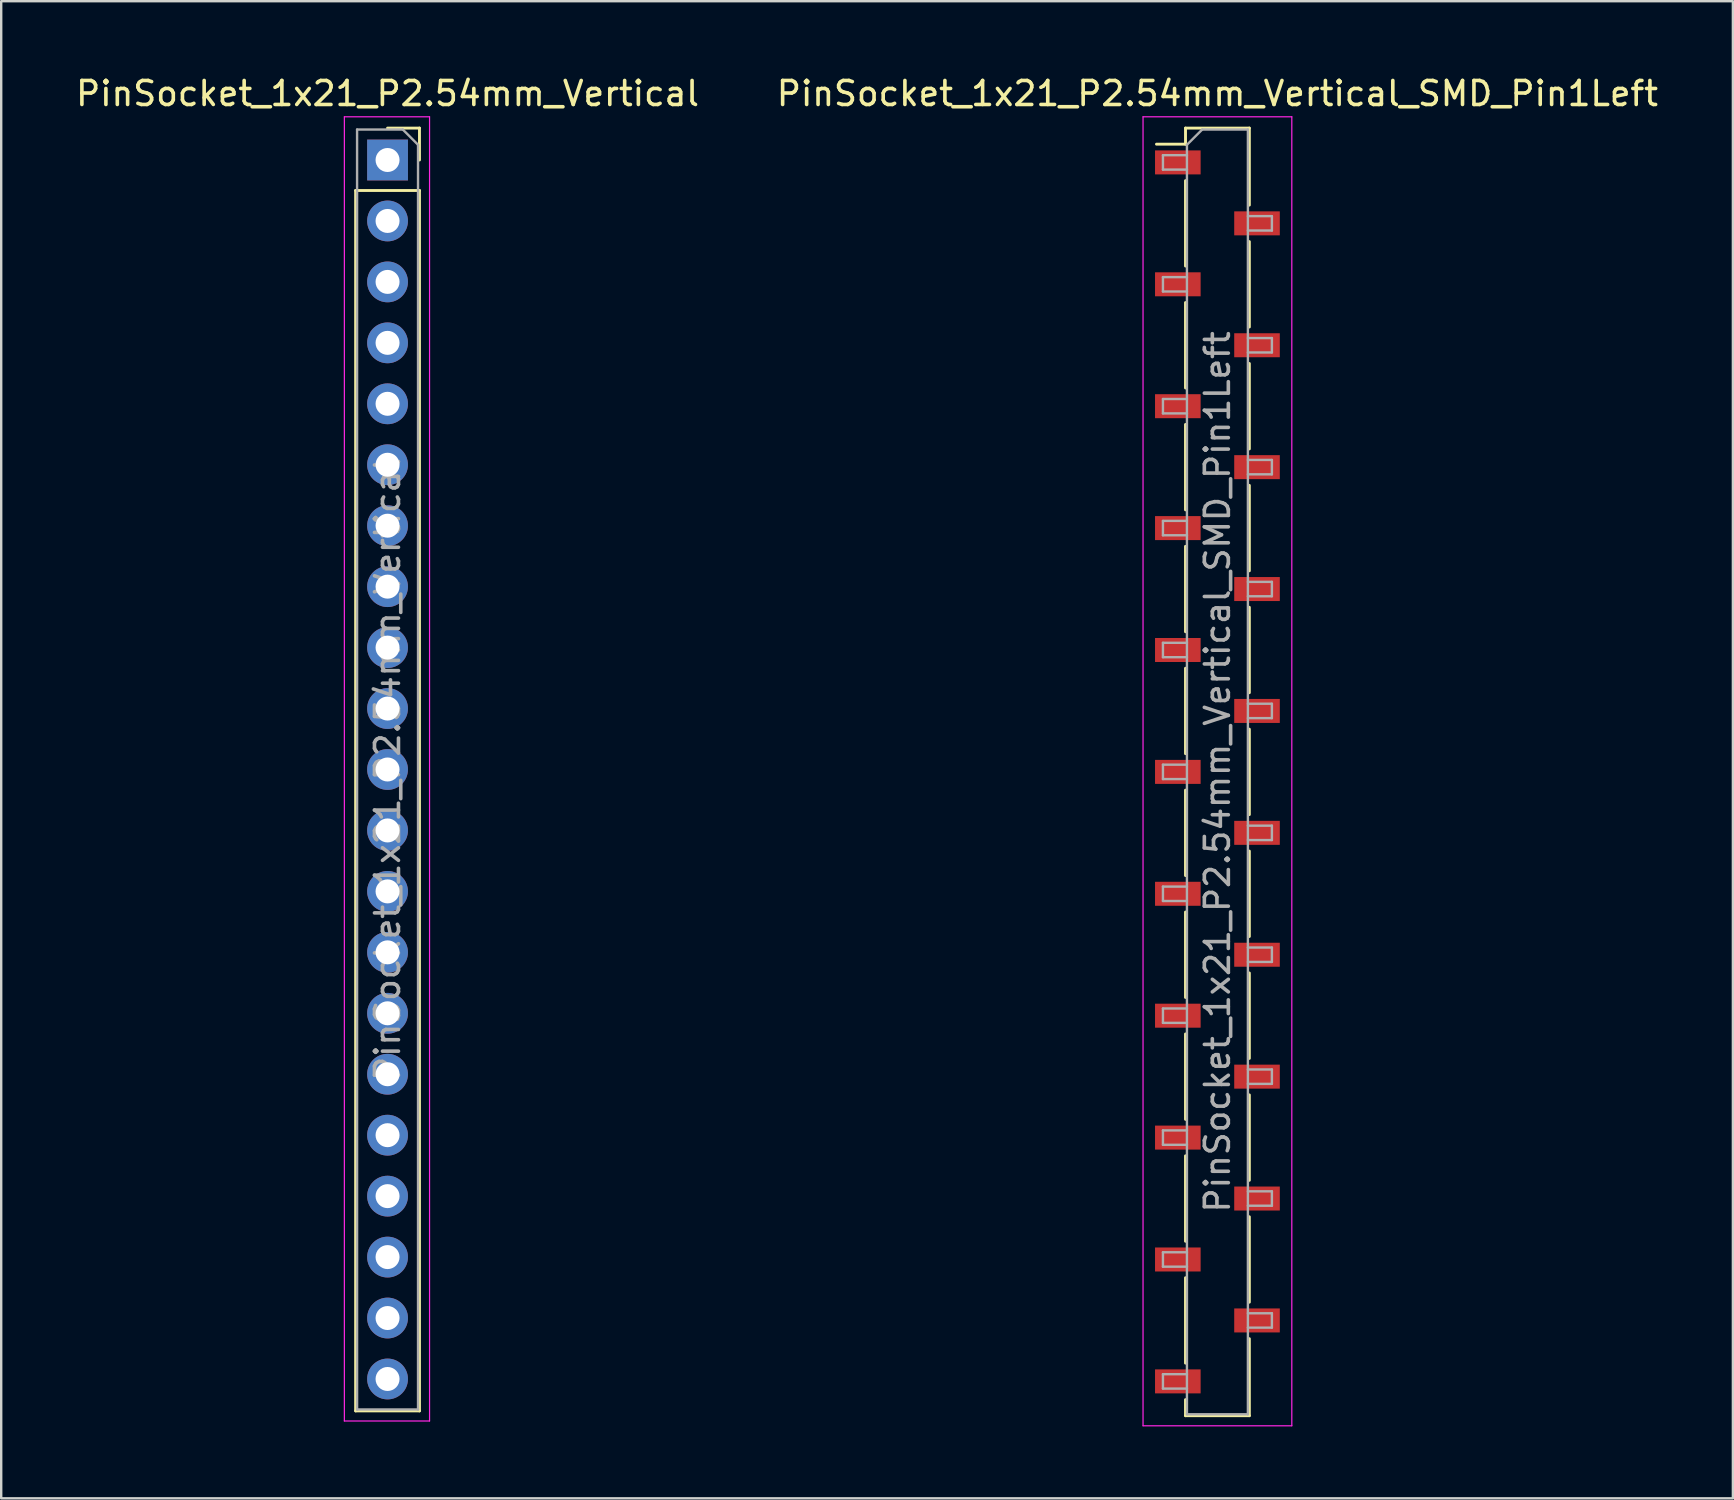
<source format=kicad_pcb>
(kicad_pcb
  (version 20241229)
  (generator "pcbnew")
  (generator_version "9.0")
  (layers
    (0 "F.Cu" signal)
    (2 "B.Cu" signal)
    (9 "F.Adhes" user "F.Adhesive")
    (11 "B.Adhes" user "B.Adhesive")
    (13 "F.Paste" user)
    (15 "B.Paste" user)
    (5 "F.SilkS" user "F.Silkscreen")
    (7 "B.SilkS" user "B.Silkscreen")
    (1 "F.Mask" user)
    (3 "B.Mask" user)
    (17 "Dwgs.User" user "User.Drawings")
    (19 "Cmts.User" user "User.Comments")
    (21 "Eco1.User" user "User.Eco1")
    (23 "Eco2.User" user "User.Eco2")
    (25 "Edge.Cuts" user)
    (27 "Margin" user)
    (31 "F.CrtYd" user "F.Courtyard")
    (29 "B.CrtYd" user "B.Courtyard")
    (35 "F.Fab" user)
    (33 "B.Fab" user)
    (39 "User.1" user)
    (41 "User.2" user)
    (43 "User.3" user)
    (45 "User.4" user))
  (footprint "PinSocket_1x21_P2.54mm_Vertical_SMD_Pin1Left"
    (layer "F.Cu")
    (at 47.685 29.118)
    (property "Reference" "PinSocket_1x21_P2.54mm_Vertical_SMD_Pin1Left" (at 0 -28.27 0) (layer "F.SilkS") (effects (font (size 1 1) (thickness 0.15))))
    (attr smd)
    (fp_line (start -2.54 -26.16) (end -1.33 -26.16) (stroke (width 0.12) (type solid)) (layer "F.SilkS"))
    (fp_line (start -1.33 -26.83) (end -1.33 -26.16) (stroke (width 0.12) (type solid)) (layer "F.SilkS"))
    (fp_line (start -1.33 -26.83) (end 1.33 -26.83) (stroke (width 0.12) (type solid)) (layer "F.SilkS"))
    (fp_line (start -1.33 -24.64) (end -1.33 -21.08) (stroke (width 0.12) (type solid)) (layer "F.SilkS"))
    (fp_line (start -1.33 -19.56) (end -1.33 -16) (stroke (width 0.12) (type solid)) (layer "F.SilkS"))
    (fp_line (start -1.33 -14.48) (end -1.33 -10.92) (stroke (width 0.12) (type solid)) (layer "F.SilkS"))
    (fp_line (start -1.33 -9.4) (end -1.33 -5.84) (stroke (width 0.12) (type solid)) (layer "F.SilkS"))
    (fp_line (start -1.33 -4.32) (end -1.33 -0.76) (stroke (width 0.12) (type solid)) (layer "F.SilkS"))
    (fp_line (start -1.33 0.76) (end -1.33 4.32) (stroke (width 0.12) (type solid)) (layer "F.SilkS"))
    (fp_line (start -1.33 5.84) (end -1.33 9.4) (stroke (width 0.12) (type solid)) (layer "F.SilkS"))
    (fp_line (start -1.33 10.92) (end -1.33 14.48) (stroke (width 0.12) (type solid)) (layer "F.SilkS"))
    (fp_line (start -1.33 16) (end -1.33 19.56) (stroke (width 0.12) (type solid)) (layer "F.SilkS"))
    (fp_line (start -1.33 21.08) (end -1.33 24.64) (stroke (width 0.12) (type solid)) (layer "F.SilkS"))
    (fp_line (start -1.33 26.16) (end -1.33 26.83) (stroke (width 0.12) (type solid)) (layer "F.SilkS"))
    (fp_line (start -1.33 26.83) (end 1.33 26.83) (stroke (width 0.12) (type solid)) (layer "F.SilkS"))
    (fp_line (start 1.33 -26.83) (end 1.33 -23.62) (stroke (width 0.12) (type solid)) (layer "F.SilkS"))
    (fp_line (start 1.33 -22.1) (end 1.33 -18.54) (stroke (width 0.12) (type solid)) (layer "F.SilkS"))
    (fp_line (start 1.33 -17.02) (end 1.33 -13.46) (stroke (width 0.12) (type solid)) (layer "F.SilkS"))
    (fp_line (start 1.33 -11.94) (end 1.33 -8.38) (stroke (width 0.12) (type solid)) (layer "F.SilkS"))
    (fp_line (start 1.33 -6.86) (end 1.33 -3.3) (stroke (width 0.12) (type solid)) (layer "F.SilkS"))
    (fp_line (start 1.33 -1.78) (end 1.33 1.78) (stroke (width 0.12) (type solid)) (layer "F.SilkS"))
    (fp_line (start 1.33 3.3) (end 1.33 6.86) (stroke (width 0.12) (type solid)) (layer "F.SilkS"))
    (fp_line (start 1.33 8.38) (end 1.33 11.94) (stroke (width 0.12) (type solid)) (layer "F.SilkS"))
    (fp_line (start 1.33 13.46) (end 1.33 17.02) (stroke (width 0.12) (type solid)) (layer "F.SilkS"))
    (fp_line (start 1.33 18.54) (end 1.33 22.1) (stroke (width 0.12) (type solid)) (layer "F.SilkS"))
    (fp_line (start 1.33 23.62) (end 1.33 26.83) (stroke (width 0.12) (type solid)) (layer "F.SilkS"))
    (fp_line (start -3.1 -27.3) (end 3.1 -27.3) (stroke (width 0.05) (type solid)) (layer "F.CrtYd"))
    (fp_line (start -3.1 27.25) (end -3.1 -27.3) (stroke (width 0.05) (type solid)) (layer "F.CrtYd"))
    (fp_line (start 3.1 -27.3) (end 3.1 27.25) (stroke (width 0.05) (type solid)) (layer "F.CrtYd"))
    (fp_line (start 3.1 27.25) (end -3.1 27.25) (stroke (width 0.05) (type solid)) (layer "F.CrtYd"))
    (fp_line (start -2.27 -25.7) (end -1.27 -25.7) (stroke (width 0.1) (type solid)) (layer "F.Fab"))
    (fp_line (start -2.27 -25.1) (end -2.27 -25.7) (stroke (width 0.1) (type solid)) (layer "F.Fab"))
    (fp_line (start -2.27 -20.62) (end -1.27 -20.62) (stroke (width 0.1) (type solid)) (layer "F.Fab"))
    (fp_line (start -2.27 -20.02) (end -2.27 -20.62) (stroke (width 0.1) (type solid)) (layer "F.Fab"))
    (fp_line (start -2.27 -15.54) (end -1.27 -15.54) (stroke (width 0.1) (type solid)) (layer "F.Fab"))
    (fp_line (start -2.27 -14.94) (end -2.27 -15.54) (stroke (width 0.1) (type solid)) (layer "F.Fab"))
    (fp_line (start -2.27 -10.46) (end -1.27 -10.46) (stroke (width 0.1) (type solid)) (layer "F.Fab"))
    (fp_line (start -2.27 -9.86) (end -2.27 -10.46) (stroke (width 0.1) (type solid)) (layer "F.Fab"))
    (fp_line (start -2.27 -5.38) (end -1.27 -5.38) (stroke (width 0.1) (type solid)) (layer "F.Fab"))
    (fp_line (start -2.27 -4.78) (end -2.27 -5.38) (stroke (width 0.1) (type solid)) (layer "F.Fab"))
    (fp_line (start -2.27 -0.3) (end -1.27 -0.3) (stroke (width 0.1) (type solid)) (layer "F.Fab"))
    (fp_line (start -2.27 0.3) (end -2.27 -0.3) (stroke (width 0.1) (type solid)) (layer "F.Fab"))
    (fp_line (start -2.27 4.78) (end -1.27 4.78) (stroke (width 0.1) (type solid)) (layer "F.Fab"))
    (fp_line (start -2.27 5.38) (end -2.27 4.78) (stroke (width 0.1) (type solid)) (layer "F.Fab"))
    (fp_line (start -2.27 9.86) (end -1.27 9.86) (stroke (width 0.1) (type solid)) (layer "F.Fab"))
    (fp_line (start -2.27 10.46) (end -2.27 9.86) (stroke (width 0.1) (type solid)) (layer "F.Fab"))
    (fp_line (start -2.27 14.94) (end -1.27 14.94) (stroke (width 0.1) (type solid)) (layer "F.Fab"))
    (fp_line (start -2.27 15.54) (end -2.27 14.94) (stroke (width 0.1) (type solid)) (layer "F.Fab"))
    (fp_line (start -2.27 20.02) (end -1.27 20.02) (stroke (width 0.1) (type solid)) (layer "F.Fab"))
    (fp_line (start -2.27 20.62) (end -2.27 20.02) (stroke (width 0.1) (type solid)) (layer "F.Fab"))
    (fp_line (start -2.27 25.1) (end -1.27 25.1) (stroke (width 0.1) (type solid)) (layer "F.Fab"))
    (fp_line (start -2.27 25.7) (end -2.27 25.1) (stroke (width 0.1) (type solid)) (layer "F.Fab"))
    (fp_line (start -1.27 -26.135) (end -0.635 -26.77) (stroke (width 0.1) (type solid)) (layer "F.Fab"))
    (fp_line (start -1.27 -25.1) (end -2.27 -25.1) (stroke (width 0.1) (type solid)) (layer "F.Fab"))
    (fp_line (start -1.27 -20.02) (end -2.27 -20.02) (stroke (width 0.1) (type solid)) (layer "F.Fab"))
    (fp_line (start -1.27 -14.94) (end -2.27 -14.94) (stroke (width 0.1) (type solid)) (layer "F.Fab"))
    (fp_line (start -1.27 -9.86) (end -2.27 -9.86) (stroke (width 0.1) (type solid)) (layer "F.Fab"))
    (fp_line (start -1.27 -4.78) (end -2.27 -4.78) (stroke (width 0.1) (type solid)) (layer "F.Fab"))
    (fp_line (start -1.27 0.3) (end -2.27 0.3) (stroke (width 0.1) (type solid)) (layer "F.Fab"))
    (fp_line (start -1.27 5.38) (end -2.27 5.38) (stroke (width 0.1) (type solid)) (layer "F.Fab"))
    (fp_line (start -1.27 10.46) (end -2.27 10.46) (stroke (width 0.1) (type solid)) (layer "F.Fab"))
    (fp_line (start -1.27 15.54) (end -2.27 15.54) (stroke (width 0.1) (type solid)) (layer "F.Fab"))
    (fp_line (start -1.27 20.62) (end -2.27 20.62) (stroke (width 0.1) (type solid)) (layer "F.Fab"))
    (fp_line (start -1.27 25.7) (end -2.27 25.7) (stroke (width 0.1) (type solid)) (layer "F.Fab"))
    (fp_line (start -1.27 26.77) (end -1.27 -26.135) (stroke (width 0.1) (type solid)) (layer "F.Fab"))
    (fp_line (start -0.635 -26.77) (end 1.27 -26.77) (stroke (width 0.1) (type solid)) (layer "F.Fab"))
    (fp_line (start 1.27 -26.77) (end 1.27 26.77) (stroke (width 0.1) (type solid)) (layer "F.Fab"))
    (fp_line (start 1.27 -23.16) (end 2.27 -23.16) (stroke (width 0.1) (type solid)) (layer "F.Fab"))
    (fp_line (start 1.27 -18.08) (end 2.27 -18.08) (stroke (width 0.1) (type solid)) (layer "F.Fab"))
    (fp_line (start 1.27 -13) (end 2.27 -13) (stroke (width 0.1) (type solid)) (layer "F.Fab"))
    (fp_line (start 1.27 -7.92) (end 2.27 -7.92) (stroke (width 0.1) (type solid)) (layer "F.Fab"))
    (fp_line (start 1.27 -2.84) (end 2.27 -2.84) (stroke (width 0.1) (type solid)) (layer "F.Fab"))
    (fp_line (start 1.27 2.24) (end 2.27 2.24) (stroke (width 0.1) (type solid)) (layer "F.Fab"))
    (fp_line (start 1.27 7.32) (end 2.27 7.32) (stroke (width 0.1) (type solid)) (layer "F.Fab"))
    (fp_line (start 1.27 12.4) (end 2.27 12.4) (stroke (width 0.1) (type solid)) (layer "F.Fab"))
    (fp_line (start 1.27 17.48) (end 2.27 17.48) (stroke (width 0.1) (type solid)) (layer "F.Fab"))
    (fp_line (start 1.27 22.56) (end 2.27 22.56) (stroke (width 0.1) (type solid)) (layer "F.Fab"))
    (fp_line (start 1.27 26.77) (end -1.27 26.77) (stroke (width 0.1) (type solid)) (layer "F.Fab"))
    (fp_line (start 2.27 -23.16) (end 2.27 -22.56) (stroke (width 0.1) (type solid)) (layer "F.Fab"))
    (fp_line (start 2.27 -22.56) (end 1.27 -22.56) (stroke (width 0.1) (type solid)) (layer "F.Fab"))
    (fp_line (start 2.27 -18.08) (end 2.27 -17.48) (stroke (width 0.1) (type solid)) (layer "F.Fab"))
    (fp_line (start 2.27 -17.48) (end 1.27 -17.48) (stroke (width 0.1) (type solid)) (layer "F.Fab"))
    (fp_line (start 2.27 -13) (end 2.27 -12.4) (stroke (width 0.1) (type solid)) (layer "F.Fab"))
    (fp_line (start 2.27 -12.4) (end 1.27 -12.4) (stroke (width 0.1) (type solid)) (layer "F.Fab"))
    (fp_line (start 2.27 -7.92) (end 2.27 -7.32) (stroke (width 0.1) (type solid)) (layer "F.Fab"))
    (fp_line (start 2.27 -7.32) (end 1.27 -7.32) (stroke (width 0.1) (type solid)) (layer "F.Fab"))
    (fp_line (start 2.27 -2.84) (end 2.27 -2.24) (stroke (width 0.1) (type solid)) (layer "F.Fab"))
    (fp_line (start 2.27 -2.24) (end 1.27 -2.24) (stroke (width 0.1) (type solid)) (layer "F.Fab"))
    (fp_line (start 2.27 2.24) (end 2.27 2.84) (stroke (width 0.1) (type solid)) (layer "F.Fab"))
    (fp_line (start 2.27 2.84) (end 1.27 2.84) (stroke (width 0.1) (type solid)) (layer "F.Fab"))
    (fp_line (start 2.27 7.32) (end 2.27 7.92) (stroke (width 0.1) (type solid)) (layer "F.Fab"))
    (fp_line (start 2.27 7.92) (end 1.27 7.92) (stroke (width 0.1) (type solid)) (layer "F.Fab"))
    (fp_line (start 2.27 12.4) (end 2.27 13) (stroke (width 0.1) (type solid)) (layer "F.Fab"))
    (fp_line (start 2.27 13) (end 1.27 13) (stroke (width 0.1) (type solid)) (layer "F.Fab"))
    (fp_line (start 2.27 17.48) (end 2.27 18.08) (stroke (width 0.1) (type solid)) (layer "F.Fab"))
    (fp_line (start 2.27 18.08) (end 1.27 18.08) (stroke (width 0.1) (type solid)) (layer "F.Fab"))
    (fp_line (start 2.27 22.56) (end 2.27 23.16) (stroke (width 0.1) (type solid)) (layer "F.Fab"))
    (fp_line (start 2.27 23.16) (end 1.27 23.16) (stroke (width 0.1) (type solid)) (layer "F.Fab"))
    (fp_text user "${REFERENCE}" (at 0 0 90) (layer "F.Fab") (effects (font (size 1 1) (thickness 0.15))))
    (pad "1" smd rect (at -1.65 -25.4) (size 1.9 1) (layers "F.Cu" "F.Mask" "F.Paste"))
    (pad "2" smd rect (at 1.65 -22.86) (size 1.9 1) (layers "F.Cu" "F.Mask" "F.Paste"))
    (pad "3" smd rect (at -1.65 -20.32) (size 1.9 1) (layers "F.Cu" "F.Mask" "F.Paste"))
    (pad "4" smd rect (at 1.65 -17.78) (size 1.9 1) (layers "F.Cu" "F.Mask" "F.Paste"))
    (pad "5" smd rect (at -1.65 -15.24) (size 1.9 1) (layers "F.Cu" "F.Mask" "F.Paste"))
    (pad "6" smd rect (at 1.65 -12.7) (size 1.9 1) (layers "F.Cu" "F.Mask" "F.Paste"))
    (pad "7" smd rect (at -1.65 -10.16) (size 1.9 1) (layers "F.Cu" "F.Mask" "F.Paste"))
    (pad "8" smd rect (at 1.65 -7.62) (size 1.9 1) (layers "F.Cu" "F.Mask" "F.Paste"))
    (pad "9" smd rect (at -1.65 -5.08) (size 1.9 1) (layers "F.Cu" "F.Mask" "F.Paste"))
    (pad "10" smd rect (at 1.65 -2.54) (size 1.9 1) (layers "F.Cu" "F.Mask" "F.Paste"))
    (pad "11" smd rect (at -1.65 0) (size 1.9 1) (layers "F.Cu" "F.Mask" "F.Paste"))
    (pad "12" smd rect (at 1.65 2.54) (size 1.9 1) (layers "F.Cu" "F.Mask" "F.Paste"))
    (pad "13" smd rect (at -1.65 5.08) (size 1.9 1) (layers "F.Cu" "F.Mask" "F.Paste"))
    (pad "14" smd rect (at 1.65 7.62) (size 1.9 1) (layers "F.Cu" "F.Mask" "F.Paste"))
    (pad "15" smd rect (at -1.65 10.16) (size 1.9 1) (layers "F.Cu" "F.Mask" "F.Paste"))
    (pad "16" smd rect (at 1.65 12.7) (size 1.9 1) (layers "F.Cu" "F.Mask" "F.Paste"))
    (pad "17" smd rect (at -1.65 15.24) (size 1.9 1) (layers "F.Cu" "F.Mask" "F.Paste"))
    (pad "18" smd rect (at 1.65 17.78) (size 1.9 1) (layers "F.Cu" "F.Mask" "F.Paste"))
    (pad "19" smd rect (at -1.65 20.32) (size 1.9 1) (layers "F.Cu" "F.Mask" "F.Paste"))
    (pad "20" smd rect (at 1.65 22.86) (size 1.9 1) (layers "F.Cu" "F.Mask" "F.Paste"))
    (pad "21" smd rect (at -1.65 25.4) (size 1.9 1) (layers "F.Cu" "F.Mask" "F.Paste")))
  (footprint "PinSocket_1x21_P2.54mm_Vertical"
    (layer "F.Cu")
    (at 13.101 3.618)
    (property "Reference" "PinSocket_1x21_P2.54mm_Vertical" (at 0 -2.77 0) (layer "F.SilkS") (effects (font (size 1 1) (thickness 0.15))))
    (attr through_hole)
    (fp_line (start -1.33 1.27) (end -1.33 52.13) (stroke (width 0.12) (type solid)) (layer "F.SilkS"))
    (fp_line (start -1.33 1.27) (end 1.33 1.27) (stroke (width 0.12) (type solid)) (layer "F.SilkS"))
    (fp_line (start -1.33 52.13) (end 1.33 52.13) (stroke (width 0.12) (type solid)) (layer "F.SilkS"))
    (fp_line (start 0 -1.33) (end 1.33 -1.33) (stroke (width 0.12) (type solid)) (layer "F.SilkS"))
    (fp_line (start 1.33 -1.33) (end 1.33 0) (stroke (width 0.12) (type solid)) (layer "F.SilkS"))
    (fp_line (start 1.33 1.27) (end 1.33 52.13) (stroke (width 0.12) (type solid)) (layer "F.SilkS"))
    (fp_line (start -1.8 -1.8) (end 1.75 -1.8) (stroke (width 0.05) (type solid)) (layer "F.CrtYd"))
    (fp_line (start -1.8 52.55) (end -1.8 -1.8) (stroke (width 0.05) (type solid)) (layer "F.CrtYd"))
    (fp_line (start 1.75 -1.8) (end 1.75 52.55) (stroke (width 0.05) (type solid)) (layer "F.CrtYd"))
    (fp_line (start 1.75 52.55) (end -1.8 52.55) (stroke (width 0.05) (type solid)) (layer "F.CrtYd"))
    (fp_line (start -1.27 -1.27) (end 0.635 -1.27) (stroke (width 0.1) (type solid)) (layer "F.Fab"))
    (fp_line (start -1.27 52.07) (end -1.27 -1.27) (stroke (width 0.1) (type solid)) (layer "F.Fab"))
    (fp_line (start 0.635 -1.27) (end 1.27 -0.635) (stroke (width 0.1) (type solid)) (layer "F.Fab"))
    (fp_line (start 1.27 -0.635) (end 1.27 52.07) (stroke (width 0.1) (type solid)) (layer "F.Fab"))
    (fp_line (start 1.27 52.07) (end -1.27 52.07) (stroke (width 0.1) (type solid)) (layer "F.Fab"))
    (fp_text user "${REFERENCE}" (at 0 25.4 90) (layer "F.Fab") (effects (font (size 1 1) (thickness 0.15))))
    (pad "1" thru_hole rect (at 0 0) (size 1.7 1.7) (drill 1) (layers "*.Cu" "*.Mask"))
    (pad "2" thru_hole oval (at 0 2.54) (size 1.7 1.7) (drill 1) (layers "*.Cu" "*.Mask"))
    (pad "3" thru_hole oval (at 0 5.08) (size 1.7 1.7) (drill 1) (layers "*.Cu" "*.Mask"))
    (pad "4" thru_hole oval (at 0 7.62) (size 1.7 1.7) (drill 1) (layers "*.Cu" "*.Mask"))
    (pad "5" thru_hole oval (at 0 10.16) (size 1.7 1.7) (drill 1) (layers "*.Cu" "*.Mask"))
    (pad "6" thru_hole oval (at 0 12.7) (size 1.7 1.7) (drill 1) (layers "*.Cu" "*.Mask"))
    (pad "7" thru_hole oval (at 0 15.24) (size 1.7 1.7) (drill 1) (layers "*.Cu" "*.Mask"))
    (pad "8" thru_hole oval (at 0 17.78) (size 1.7 1.7) (drill 1) (layers "*.Cu" "*.Mask"))
    (pad "9" thru_hole oval (at 0 20.32) (size 1.7 1.7) (drill 1) (layers "*.Cu" "*.Mask"))
    (pad "10" thru_hole oval (at 0 22.86) (size 1.7 1.7) (drill 1) (layers "*.Cu" "*.Mask"))
    (pad "11" thru_hole oval (at 0 25.4) (size 1.7 1.7) (drill 1) (layers "*.Cu" "*.Mask"))
    (pad "12" thru_hole oval (at 0 27.94) (size 1.7 1.7) (drill 1) (layers "*.Cu" "*.Mask"))
    (pad "13" thru_hole oval (at 0 30.48) (size 1.7 1.7) (drill 1) (layers "*.Cu" "*.Mask"))
    (pad "14" thru_hole oval (at 0 33.02) (size 1.7 1.7) (drill 1) (layers "*.Cu" "*.Mask"))
    (pad "15" thru_hole oval (at 0 35.56) (size 1.7 1.7) (drill 1) (layers "*.Cu" "*.Mask"))
    (pad "16" thru_hole oval (at 0 38.1) (size 1.7 1.7) (drill 1) (layers "*.Cu" "*.Mask"))
    (pad "17" thru_hole oval (at 0 40.64) (size 1.7 1.7) (drill 1) (layers "*.Cu" "*.Mask"))
    (pad "18" thru_hole oval (at 0 43.18) (size 1.7 1.7) (drill 1) (layers "*.Cu" "*.Mask"))
    (pad "19" thru_hole oval (at 0 45.72) (size 1.7 1.7) (drill 1) (layers "*.Cu" "*.Mask"))
    (pad "20" thru_hole oval (at 0 48.26) (size 1.7 1.7) (drill 1) (layers "*.Cu" "*.Mask"))
    (pad "21" thru_hole oval (at 0 50.8) (size 1.7 1.7) (drill 1) (layers "*.Cu" "*.Mask")))
  (gr_rect
    (start -3 -3)
    (end 69.167 59.393)
    (stroke (width 0.1) (type default))
    (fill no)
    (layer "Edge.Cuts")))
</source>
